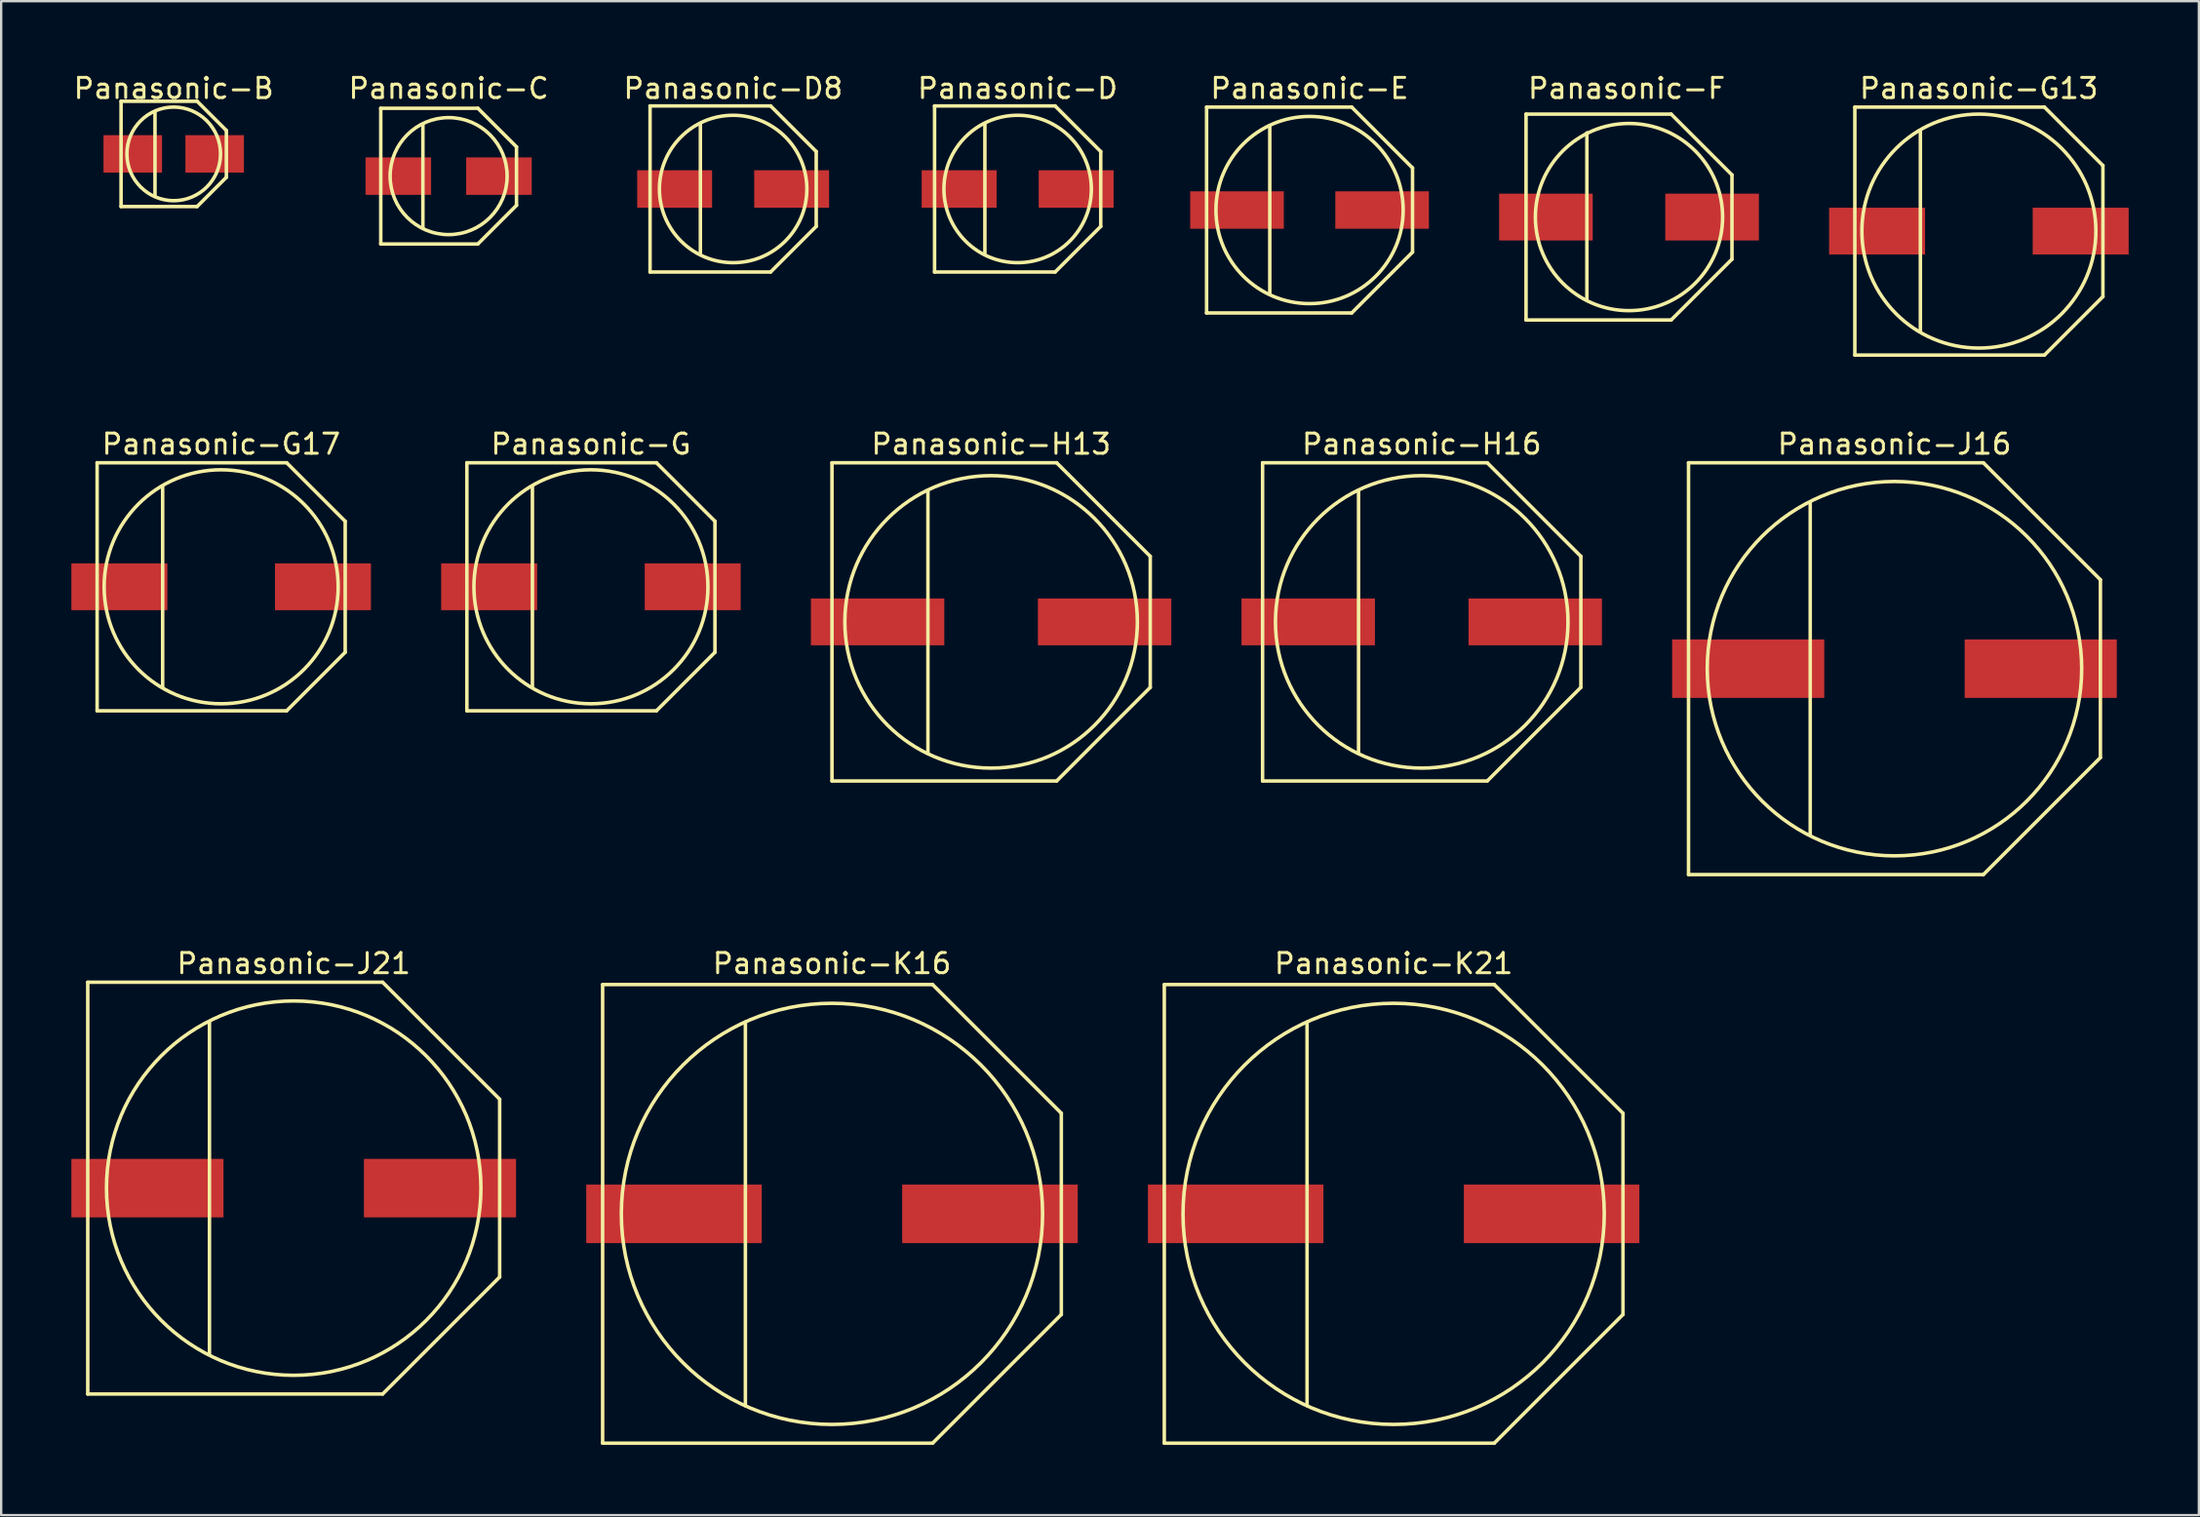
<source format=kicad_pcb>
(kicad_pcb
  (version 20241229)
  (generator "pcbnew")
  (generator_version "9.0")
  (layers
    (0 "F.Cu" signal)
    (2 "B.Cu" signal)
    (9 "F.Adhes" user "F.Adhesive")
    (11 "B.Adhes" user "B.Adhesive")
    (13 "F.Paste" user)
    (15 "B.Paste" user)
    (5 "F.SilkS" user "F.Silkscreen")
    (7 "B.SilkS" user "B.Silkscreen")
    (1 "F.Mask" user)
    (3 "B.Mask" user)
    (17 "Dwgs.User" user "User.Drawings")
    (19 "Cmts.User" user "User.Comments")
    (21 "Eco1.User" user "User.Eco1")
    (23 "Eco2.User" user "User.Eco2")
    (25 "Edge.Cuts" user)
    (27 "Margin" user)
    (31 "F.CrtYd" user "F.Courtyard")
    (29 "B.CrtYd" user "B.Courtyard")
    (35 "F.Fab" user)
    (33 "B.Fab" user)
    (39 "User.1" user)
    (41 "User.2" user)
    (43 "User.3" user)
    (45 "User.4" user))
  (footprint "Panasonic-G"
    (layer "F.Cu")
    (at 22.2 22.029)
    (property "Reference" "Panasonic-G" (at 0 -6.1 0) (layer "F.SilkS") (effects (font (size 0.862 0.862) (thickness 0.127))))
    (attr smd)
    (fp_line (start -5.3 -5.3) (end 2.8 -5.3) (stroke (width 0.15) (type solid)) (layer "F.SilkS"))
    (fp_line (start -5.3 5.3) (end -5.3 -5.3) (stroke (width 0.15) (type solid)) (layer "F.SilkS"))
    (fp_line (start -2.5 -4.3) (end -2.5 4.3) (stroke (width 0.15) (type solid)) (layer "F.SilkS"))
    (fp_line (start 2.8 5.3) (end -5.3 5.3) (stroke (width 0.15) (type solid)) (layer "F.SilkS"))
    (fp_line (start 2.8 5.3) (end 5.3 2.8) (stroke (width 0.15) (type solid)) (layer "F.SilkS"))
    (fp_line (start 5.3 -2.8) (end 2.8 -5.3) (stroke (width 0.15) (type solid)) (layer "F.SilkS"))
    (fp_line (start 5.3 -2.8) (end 5.3 2.8) (stroke (width 0.15) (type solid)) (layer "F.SilkS"))
    (fp_circle (center 0 0) (end 5 0) (stroke (width 0.15) (type solid)) (fill no) (layer "F.SilkS"))
    (pad "1" smd rect (at 4.35 0) (size 4.1 2) (layers "F.Cu" "F.Mask" "F.Paste"))
    (pad "2" smd rect (at -4.35 0) (size 4.1 2) (layers "F.Cu" "F.Mask" "F.Paste")))
  (footprint "Panasonic-B"
    (layer "F.Cu")
    (at 4.373 3.527)
    (property "Reference" "Panasonic-B" (at 0 -2.8 0) (layer "F.SilkS") (effects (font (size 0.862 0.862) (thickness 0.127))))
    (attr smd)
    (fp_line (start -2.25 -2.25) (end 1 -2.25) (stroke (width 0.15) (type solid)) (layer "F.SilkS"))
    (fp_line (start -2.25 2.25) (end -2.25 -2.25) (stroke (width 0.15) (type solid)) (layer "F.SilkS"))
    (fp_line (start -0.8 -1.8) (end -0.8 1.8) (stroke (width 0.15) (type solid)) (layer "F.SilkS"))
    (fp_line (start 1 2.25) (end -2.25 2.25) (stroke (width 0.15) (type solid)) (layer "F.SilkS"))
    (fp_line (start 1 2.25) (end 2.25 1) (stroke (width 0.15) (type solid)) (layer "F.SilkS"))
    (fp_line (start 2.25 -1) (end 1 -2.25) (stroke (width 0.15) (type solid)) (layer "F.SilkS"))
    (fp_line (start 2.25 -1) (end 2.25 1) (stroke (width 0.15) (type solid)) (layer "F.SilkS"))
    (fp_circle (center 0 0) (end 2 0) (stroke (width 0.15) (type solid)) (fill no) (layer "F.SilkS"))
    (pad "1" smd rect (at 1.75 0) (size 2.5 1.6) (layers "F.Cu" "F.Mask" "F.Paste"))
    (pad "2" smd rect (at -1.75 0) (size 2.5 1.6) (layers "F.Cu" "F.Mask" "F.Paste")))
  (footprint "Panasonic-G17"
    (layer "F.Cu")
    (at 6.4 22.029)
    (property "Reference" "Panasonic-G17" (at 0 -6.1 0) (layer "F.SilkS") (effects (font (size 0.862 0.862) (thickness 0.127))))
    (attr smd)
    (fp_line (start -5.3 -5.3) (end 2.8 -5.3) (stroke (width 0.15) (type solid)) (layer "F.SilkS"))
    (fp_line (start -5.3 5.3) (end -5.3 -5.3) (stroke (width 0.15) (type solid)) (layer "F.SilkS"))
    (fp_line (start -2.5 4.3) (end -2.5 -4.3) (stroke (width 0.15) (type solid)) (layer "F.SilkS"))
    (fp_line (start 2.8 5.3) (end -5.3 5.3) (stroke (width 0.15) (type solid)) (layer "F.SilkS"))
    (fp_line (start 2.8 5.3) (end 5.3 2.8) (stroke (width 0.15) (type solid)) (layer "F.SilkS"))
    (fp_line (start 5.3 -2.8) (end 2.8 -5.3) (stroke (width 0.15) (type solid)) (layer "F.SilkS"))
    (fp_line (start 5.3 -2.8) (end 5.3 2.8) (stroke (width 0.15) (type solid)) (layer "F.SilkS"))
    (fp_circle (center 0 0) (end 5 0) (stroke (width 0.15) (type solid)) (fill no) (layer "F.SilkS"))
    (pad "1" smd rect (at 4.35 0) (size 4.1 2) (layers "F.Cu" "F.Mask" "F.Paste"))
    (pad "2" smd rect (at -4.35 0) (size 4.1 2) (layers "F.Cu" "F.Mask" "F.Paste")))
  (footprint "Panasonic-J21"
    (layer "F.Cu")
    (at 9.5 47.731)
    (property "Reference" "Panasonic-J21" (at 0 -9.6 0) (layer "F.SilkS") (effects (font (size 0.862 0.862) (thickness 0.127))))
    (attr smd)
    (fp_line (start -8.8 -8.8) (end 3.8 -8.8) (stroke (width 0.15) (type solid)) (layer "F.SilkS"))
    (fp_line (start -8.8 8.8) (end -8.8 -8.8) (stroke (width 0.15) (type solid)) (layer "F.SilkS"))
    (fp_line (start -3.6 -7.1) (end -3.6 7.1) (stroke (width 0.15) (type solid)) (layer "F.SilkS"))
    (fp_line (start 3.8 8.8) (end -8.8 8.8) (stroke (width 0.15) (type solid)) (layer "F.SilkS"))
    (fp_line (start 3.8 8.8) (end 8.8 3.8) (stroke (width 0.15) (type solid)) (layer "F.SilkS"))
    (fp_line (start 8.8 -3.8) (end 3.8 -8.8) (stroke (width 0.15) (type solid)) (layer "F.SilkS"))
    (fp_line (start 8.8 -3.8) (end 8.8 3.8) (stroke (width 0.15) (type solid)) (layer "F.SilkS"))
    (fp_circle (center 0 0) (end 8 0) (stroke (width 0.15) (type solid)) (fill no) (layer "F.SilkS"))
    (pad "1" smd rect (at 6.25 0) (size 6.5 2.5) (layers "F.Cu" "F.Mask" "F.Paste"))
    (pad "2" smd rect (at -6.25 0) (size 6.5 2.5) (layers "F.Cu" "F.Mask" "F.Paste")))
  (footprint "Panasonic-D8"
    (layer "F.Cu")
    (at 28.277 5.027)
    (property "Reference" "Panasonic-D8" (at 0 -4.3 0) (layer "F.SilkS") (effects (font (size 0.862 0.862) (thickness 0.127))))
    (attr smd)
    (fp_line (start -3.55 -3.55) (end 1.6 -3.55) (stroke (width 0.15) (type solid)) (layer "F.SilkS"))
    (fp_line (start -3.55 3.55) (end -3.55 -3.55) (stroke (width 0.15) (type solid)) (layer "F.SilkS"))
    (fp_line (start -1.4 -2.8) (end -1.4 2.8) (stroke (width 0.15) (type solid)) (layer "F.SilkS"))
    (fp_line (start 1.6 3.55) (end -3.55 3.55) (stroke (width 0.15) (type solid)) (layer "F.SilkS"))
    (fp_line (start 3.55 -1.6) (end 1.6 -3.55) (stroke (width 0.15) (type solid)) (layer "F.SilkS"))
    (fp_line (start 3.55 -1.6) (end 3.55 1.6) (stroke (width 0.15) (type solid)) (layer "F.SilkS"))
    (fp_line (start 3.55 1.6) (end 1.6 3.55) (stroke (width 0.15) (type solid)) (layer "F.SilkS"))
    (fp_circle (center 0 0) (end 3.15 0) (stroke (width 0.15) (type solid)) (fill no) (layer "F.SilkS"))
    (pad "1" smd rect (at 2.5 0) (size 3.2 1.6) (layers "F.Cu" "F.Mask" "F.Paste"))
    (pad "2" smd rect (at -2.5 0) (size 3.2 1.6) (layers "F.Cu" "F.Mask" "F.Paste")))
  (footprint "Panasonic-J16"
    (layer "F.Cu")
    (at 77.9 25.529)
    (property "Reference" "Panasonic-J16" (at 0 -9.6 0) (layer "F.SilkS") (effects (font (size 0.862 0.862) (thickness 0.127))))
    (attr smd)
    (fp_line (start -8.8 -8.8) (end 3.8 -8.8) (stroke (width 0.15) (type solid)) (layer "F.SilkS"))
    (fp_line (start -8.8 8.8) (end -8.8 -8.8) (stroke (width 0.15) (type solid)) (layer "F.SilkS"))
    (fp_line (start -3.6 -7.1) (end -3.6 7.1) (stroke (width 0.15) (type solid)) (layer "F.SilkS"))
    (fp_line (start 3.8 8.8) (end -8.8 8.8) (stroke (width 0.15) (type solid)) (layer "F.SilkS"))
    (fp_line (start 3.8 8.8) (end 8.8 3.8) (stroke (width 0.15) (type solid)) (layer "F.SilkS"))
    (fp_line (start 8.8 -3.8) (end 3.8 -8.8) (stroke (width 0.15) (type solid)) (layer "F.SilkS"))
    (fp_line (start 8.8 -3.8) (end 8.8 3.8) (stroke (width 0.15) (type solid)) (layer "F.SilkS"))
    (fp_circle (center 0 0) (end 8 0) (stroke (width 0.15) (type solid)) (fill no) (layer "F.SilkS"))
    (pad "1" smd rect (at 6.25 0) (size 6.5 2.5) (layers "F.Cu" "F.Mask" "F.Paste"))
    (pad "2" smd rect (at -6.25 0) (size 6.5 2.5) (layers "F.Cu" "F.Mask" "F.Paste")))
  (footprint "Panasonic-G13"
    (layer "F.Cu")
    (at 81.507 6.827)
    (property "Reference" "Panasonic-G13" (at 0 -6.1 0) (layer "F.SilkS") (effects (font (size 0.862 0.862) (thickness 0.127))))
    (attr smd)
    (fp_line (start -5.3 -5.3) (end 2.8 -5.3) (stroke (width 0.15) (type solid)) (layer "F.SilkS"))
    (fp_line (start -5.3 5.3) (end -5.3 -5.3) (stroke (width 0.15) (type solid)) (layer "F.SilkS"))
    (fp_line (start -2.5 -4.3) (end -2.5 4.3) (stroke (width 0.15) (type solid)) (layer "F.SilkS"))
    (fp_line (start 2.8 5.3) (end -5.3 5.3) (stroke (width 0.15) (type solid)) (layer "F.SilkS"))
    (fp_line (start 2.8 5.3) (end 5.3 2.8) (stroke (width 0.15) (type solid)) (layer "F.SilkS"))
    (fp_line (start 5.3 -2.8) (end 2.8 -5.3) (stroke (width 0.15) (type solid)) (layer "F.SilkS"))
    (fp_line (start 5.3 -2.8) (end 5.3 2.8) (stroke (width 0.15) (type solid)) (layer "F.SilkS"))
    (fp_circle (center 0 0) (end 5 0) (stroke (width 0.15) (type solid)) (fill no) (layer "F.SilkS"))
    (pad "1" smd rect (at 4.35 0) (size 4.1 2) (layers "F.Cu" "F.Mask" "F.Paste"))
    (pad "2" smd rect (at -4.35 0) (size 4.1 2) (layers "F.Cu" "F.Mask" "F.Paste")))
  (footprint "Panasonic-F"
    (layer "F.Cu")
    (at 66.557 6.227)
    (property "Reference" "Panasonic-F" (at -0.1 -5.5 0) (layer "F.SilkS") (effects (font (size 0.862 0.862) (thickness 0.127))))
    (attr smd)
    (fp_line (start -4.4 -4.4) (end 1.8 -4.4) (stroke (width 0.15) (type solid)) (layer "F.SilkS"))
    (fp_line (start -4.4 4.4) (end -4.4 -4.4) (stroke (width 0.15) (type solid)) (layer "F.SilkS"))
    (fp_line (start -1.8 -3.6) (end -1.8 3.5) (stroke (width 0.15) (type solid)) (layer "F.SilkS"))
    (fp_line (start 1.8 4.4) (end -4.4 4.4) (stroke (width 0.15) (type solid)) (layer "F.SilkS"))
    (fp_line (start 4.4 -1.8) (end 1.8 -4.4) (stroke (width 0.15) (type solid)) (layer "F.SilkS"))
    (fp_line (start 4.4 -1.8) (end 4.4 1.8) (stroke (width 0.15) (type solid)) (layer "F.SilkS"))
    (fp_line (start 4.4 1.8) (end 1.8 4.4) (stroke (width 0.15) (type solid)) (layer "F.SilkS"))
    (fp_circle (center 0 0) (end 4 0) (stroke (width 0.15) (type solid)) (fill no) (layer "F.SilkS"))
    (pad "1" smd rect (at 3.55 0) (size 4 2) (layers "F.Cu" "F.Mask" "F.Paste"))
    (pad "2" smd rect (at -3.55 0) (size 4 2) (layers "F.Cu" "F.Mask" "F.Paste")))
  (footprint "Panasonic-H13"
    (layer "F.Cu")
    (at 39.3 23.529)
    (property "Reference" "Panasonic-H13" (at 0 -7.6 0) (layer "F.SilkS") (effects (font (size 0.862 0.862) (thickness 0.127))))
    (attr smd)
    (fp_line (start -6.8 -6.8) (end 2.8 -6.8) (stroke (width 0.15) (type solid)) (layer "F.SilkS"))
    (fp_line (start -6.8 6.8) (end -6.8 -6.8) (stroke (width 0.15) (type solid)) (layer "F.SilkS"))
    (fp_line (start -2.7 -5.6) (end -2.7 5.6) (stroke (width 0.15) (type solid)) (layer "F.SilkS"))
    (fp_line (start 2.8 6.8) (end -6.8 6.8) (stroke (width 0.15) (type solid)) (layer "F.SilkS"))
    (fp_line (start 2.8 6.8) (end 6.8 2.8) (stroke (width 0.15) (type solid)) (layer "F.SilkS"))
    (fp_line (start 6.8 -2.8) (end 2.8 -6.8) (stroke (width 0.15) (type solid)) (layer "F.SilkS"))
    (fp_line (start 6.8 -2.8) (end 6.8 2.8) (stroke (width 0.15) (type solid)) (layer "F.SilkS"))
    (fp_circle (center 0 0) (end 6.25 0) (stroke (width 0.15) (type solid)) (fill no) (layer "F.SilkS"))
    (pad "1" smd rect (at 4.85 0) (size 5.7 2) (layers "F.Cu" "F.Mask" "F.Paste"))
    (pad "2" smd rect (at -4.85 0) (size 5.7 2) (layers "F.Cu" "F.Mask" "F.Paste")))
  (footprint "Panasonic-K21"
    (layer "F.Cu")
    (at 56.5 48.831)
    (property "Reference" "Panasonic-K21" (at 0 -10.7 0) (layer "F.SilkS") (effects (font (size 0.862 0.862) (thickness 0.127))))
    (attr smd)
    (fp_line (start -9.8 -9.8) (end 4.3 -9.8) (stroke (width 0.15) (type solid)) (layer "F.SilkS"))
    (fp_line (start -9.8 9.8) (end -9.8 -9.8) (stroke (width 0.15) (type solid)) (layer "F.SilkS"))
    (fp_line (start -3.7 -8.2) (end -3.7 8.2) (stroke (width 0.15) (type solid)) (layer "F.SilkS"))
    (fp_line (start 4.3 9.8) (end -9.8 9.8) (stroke (width 0.15) (type solid)) (layer "F.SilkS"))
    (fp_line (start 4.3 9.8) (end 9.8 4.3) (stroke (width 0.15) (type solid)) (layer "F.SilkS"))
    (fp_line (start 9.8 -4.3) (end 4.3 -9.8) (stroke (width 0.15) (type solid)) (layer "F.SilkS"))
    (fp_line (start 9.8 -4.3) (end 9.8 4.3) (stroke (width 0.15) (type solid)) (layer "F.SilkS"))
    (fp_circle (center 0 0) (end 9 0) (stroke (width 0.15) (type solid)) (fill no) (layer "F.SilkS"))
    (pad "1" smd rect (at 6.75 0) (size 7.5 2.5) (layers "F.Cu" "F.Mask" "F.Paste"))
    (pad "2" smd rect (at -6.75 0) (size 7.5 2.5) (layers "F.Cu" "F.Mask" "F.Paste")))
  (footprint "Panasonic-D"
    (layer "F.Cu")
    (at 40.434 5.027)
    (property "Reference" "Panasonic-D" (at 0 -4.3 0) (layer "F.SilkS") (effects (font (size 0.862 0.862) (thickness 0.127))))
    (attr smd)
    (fp_line (start -3.55 -3.55) (end 1.6 -3.55) (stroke (width 0.15) (type solid)) (layer "F.SilkS"))
    (fp_line (start -3.55 3.55) (end -3.55 -3.55) (stroke (width 0.15) (type solid)) (layer "F.SilkS"))
    (fp_line (start -1.4 -2.8) (end -1.4 2.8) (stroke (width 0.15) (type solid)) (layer "F.SilkS"))
    (fp_line (start 1.6 3.55) (end -3.55 3.55) (stroke (width 0.15) (type solid)) (layer "F.SilkS"))
    (fp_line (start 3.55 -1.6) (end 1.6 -3.55) (stroke (width 0.15) (type solid)) (layer "F.SilkS"))
    (fp_line (start 3.55 -1.6) (end 3.55 1.6) (stroke (width 0.15) (type solid)) (layer "F.SilkS"))
    (fp_line (start 3.55 1.6) (end 1.6 3.55) (stroke (width 0.15) (type solid)) (layer "F.SilkS"))
    (fp_circle (center 0 0) (end 3.15 0) (stroke (width 0.15) (type solid)) (fill no) (layer "F.SilkS"))
    (pad "1" smd rect (at 2.5 0) (size 3.2 1.6) (layers "F.Cu" "F.Mask" "F.Paste"))
    (pad "2" smd rect (at -2.5 0) (size 3.2 1.6) (layers "F.Cu" "F.Mask" "F.Paste")))
  (footprint "Panasonic-K16"
    (layer "F.Cu")
    (at 32.5 48.831)
    (property "Reference" "Panasonic-K16" (at 0 -10.7 0) (layer "F.SilkS") (effects (font (size 0.862 0.862) (thickness 0.127))))
    (attr smd)
    (fp_line (start -9.8 -9.8) (end 4.3 -9.8) (stroke (width 0.15) (type solid)) (layer "F.SilkS"))
    (fp_line (start -9.8 9.8) (end -9.8 -9.8) (stroke (width 0.15) (type solid)) (layer "F.SilkS"))
    (fp_line (start -3.7 -8.2) (end -3.7 8.2) (stroke (width 0.15) (type solid)) (layer "F.SilkS"))
    (fp_line (start 4.3 9.8) (end -9.8 9.8) (stroke (width 0.15) (type solid)) (layer "F.SilkS"))
    (fp_line (start 4.3 9.8) (end 9.8 4.3) (stroke (width 0.15) (type solid)) (layer "F.SilkS"))
    (fp_line (start 9.8 -4.3) (end 4.3 -9.8) (stroke (width 0.15) (type solid)) (layer "F.SilkS"))
    (fp_line (start 9.8 -4.3) (end 9.8 4.3) (stroke (width 0.15) (type solid)) (layer "F.SilkS"))
    (fp_circle (center 0 0) (end 9 0) (stroke (width 0.15) (type solid)) (fill no) (layer "F.SilkS"))
    (pad "1" smd rect (at 6.75 0) (size 7.5 2.5) (layers "F.Cu" "F.Mask" "F.Paste"))
    (pad "2" smd rect (at -6.75 0) (size 7.5 2.5) (layers "F.Cu" "F.Mask" "F.Paste")))
  (footprint "Panasonic-C"
    (layer "F.Cu")
    (at 16.12 4.477)
    (property "Reference" "Panasonic-C" (at 0 -3.75 0) (layer "F.SilkS") (effects (font (size 0.862 0.862) (thickness 0.127))))
    (attr smd)
    (fp_line (start -2.9 -2.9) (end 1.25 -2.9) (stroke (width 0.15) (type solid)) (layer "F.SilkS"))
    (fp_line (start -2.9 2.9) (end -2.9 -2.9) (stroke (width 0.15) (type solid)) (layer "F.SilkS"))
    (fp_line (start -1.1 -2.2) (end -1.1 2.2) (stroke (width 0.15) (type solid)) (layer "F.SilkS"))
    (fp_line (start 1.25 -2.9) (end 2.9 -1.25) (stroke (width 0.15) (type solid)) (layer "F.SilkS"))
    (fp_line (start 1.25 2.9) (end -2.9 2.9) (stroke (width 0.15) (type solid)) (layer "F.SilkS"))
    (fp_line (start 1.25 2.9) (end 2.9 1.25) (stroke (width 0.15) (type solid)) (layer "F.SilkS"))
    (fp_line (start 2.9 -1.25) (end 2.9 1.25) (stroke (width 0.15) (type solid)) (layer "F.SilkS"))
    (fp_circle (center 0 0) (end 2.5 0) (stroke (width 0.15) (type solid)) (fill no) (layer "F.SilkS"))
    (pad "1" smd rect (at 2.15 0) (size 2.8 1.6) (layers "F.Cu" "F.Mask" "F.Paste"))
    (pad "2" smd rect (at -2.15 0) (size 2.8 1.6) (layers "F.Cu" "F.Mask" "F.Paste")))
  (footprint "Panasonic-H16"
    (layer "F.Cu")
    (at 57.7 23.529)
    (property "Reference" "Panasonic-H16" (at 0 -7.6 0) (layer "F.SilkS") (effects (font (size 0.862 0.862) (thickness 0.127))))
    (attr smd)
    (fp_line (start -6.8 -6.8) (end 2.8 -6.8) (stroke (width 0.15) (type solid)) (layer "F.SilkS"))
    (fp_line (start -6.8 6.8) (end -6.8 -6.8) (stroke (width 0.15) (type solid)) (layer "F.SilkS"))
    (fp_line (start -2.7 -5.6) (end -2.7 5.6) (stroke (width 0.15) (type solid)) (layer "F.SilkS"))
    (fp_line (start 2.8 6.8) (end -6.8 6.8) (stroke (width 0.15) (type solid)) (layer "F.SilkS"))
    (fp_line (start 2.8 6.8) (end 6.8 2.8) (stroke (width 0.15) (type solid)) (layer "F.SilkS"))
    (fp_line (start 6.8 -2.8) (end 2.8 -6.8) (stroke (width 0.15) (type solid)) (layer "F.SilkS"))
    (fp_line (start 6.8 -2.8) (end 6.8 2.8) (stroke (width 0.15) (type solid)) (layer "F.SilkS"))
    (fp_circle (center 0 0) (end 6.25 0) (stroke (width 0.15) (type solid)) (fill no) (layer "F.SilkS"))
    (pad "1" smd rect (at 4.85 0) (size 5.7 2) (layers "F.Cu" "F.Mask" "F.Paste"))
    (pad "2" smd rect (at -4.85 0) (size 5.7 2) (layers "F.Cu" "F.Mask" "F.Paste")))
  (footprint "Panasonic-E"
    (layer "F.Cu")
    (at 52.907 5.927)
    (property "Reference" "Panasonic-E" (at 0 -5.2 0) (layer "F.SilkS") (effects (font (size 0.862 0.862) (thickness 0.127))))
    (attr smd)
    (fp_line (start -4.4 -4.4) (end 1.8 -4.4) (stroke (width 0.15) (type solid)) (layer "F.SilkS"))
    (fp_line (start -4.4 4.4) (end -4.4 -4.4) (stroke (width 0.15) (type solid)) (layer "F.SilkS"))
    (fp_line (start -1.7 -3.6) (end -1.7 3.6) (stroke (width 0.15) (type solid)) (layer "F.SilkS"))
    (fp_line (start 1.8 4.4) (end -4.4 4.4) (stroke (width 0.15) (type solid)) (layer "F.SilkS"))
    (fp_line (start 1.8 4.4) (end 4.4 1.8) (stroke (width 0.15) (type solid)) (layer "F.SilkS"))
    (fp_line (start 4.4 -1.8) (end 1.8 -4.4) (stroke (width 0.15) (type solid)) (layer "F.SilkS"))
    (fp_line (start 4.4 -1.8) (end 4.4 1.8) (stroke (width 0.15) (type solid)) (layer "F.SilkS"))
    (fp_circle (center 0 0) (end 4 0) (stroke (width 0.15) (type solid)) (fill no) (layer "F.SilkS"))
    (pad "1" smd rect (at 3.1 0) (size 4 1.6) (layers "F.Cu" "F.Mask" "F.Paste"))
    (pad "2" smd rect (at -3.1 0) (size 4 1.6) (layers "F.Cu" "F.Mask" "F.Paste")))
  (gr_rect
    (start -3 -3)
    (end 90.907 61.706)
    (stroke (width 0.1) (type default))
    (fill no)
    (layer "Edge.Cuts")))
</source>
